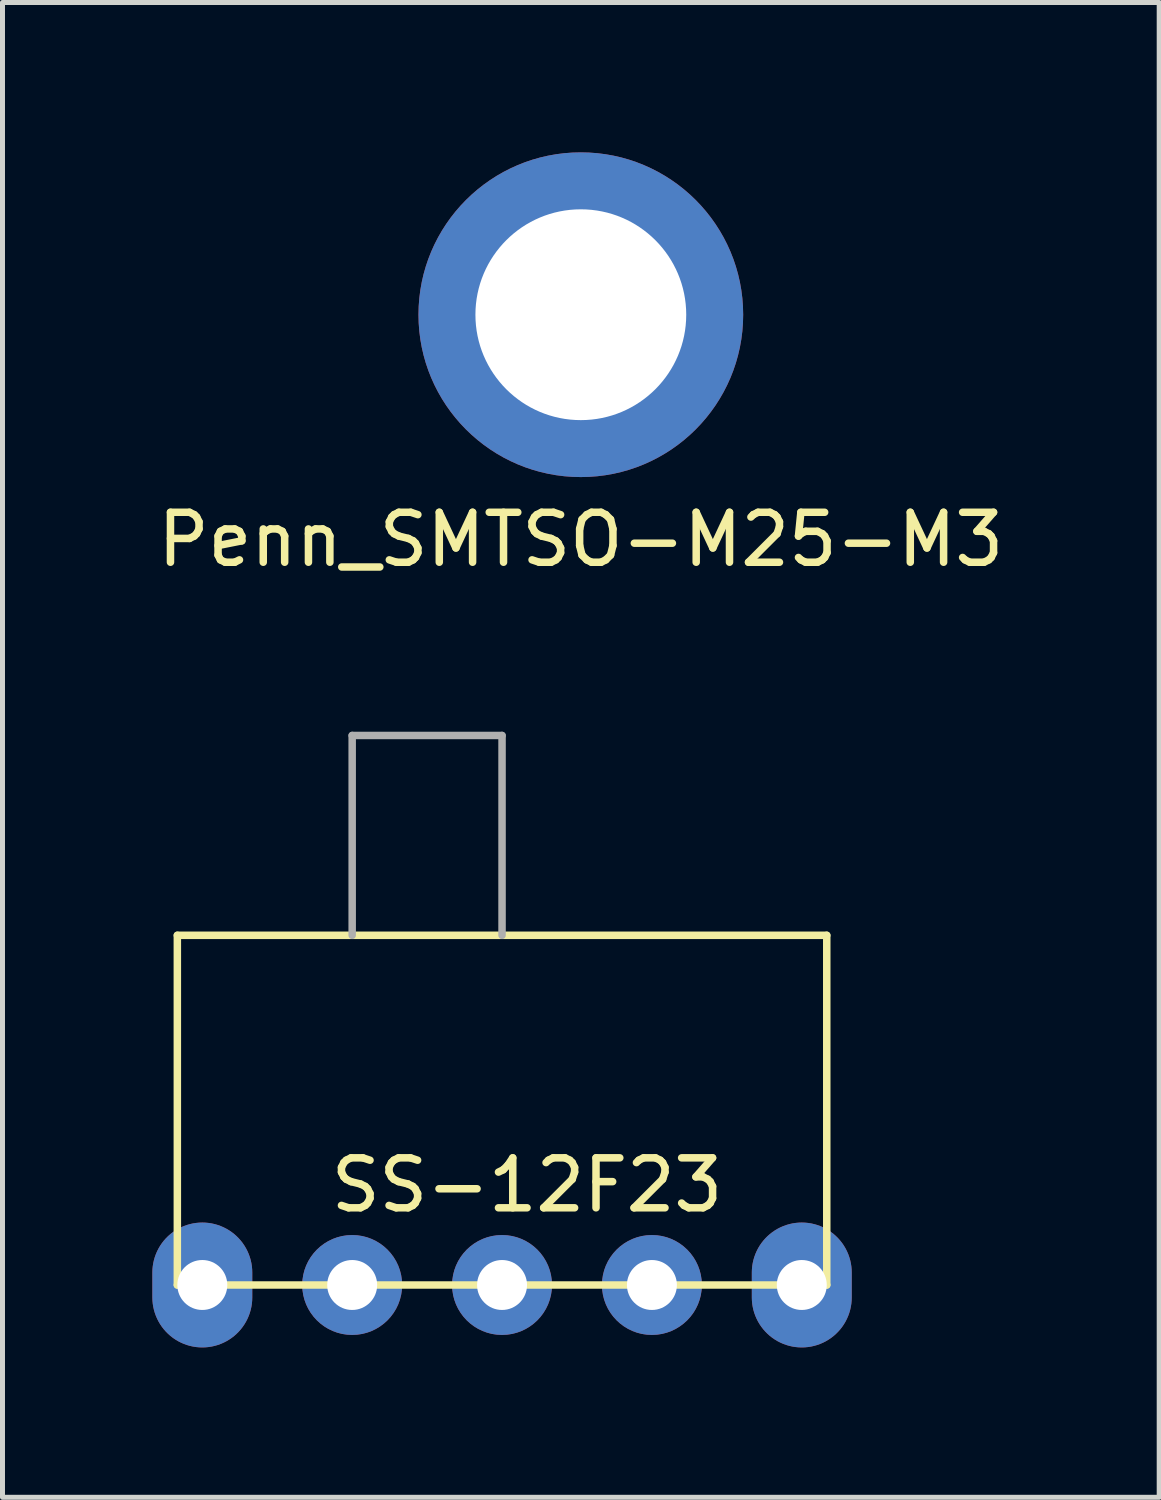
<source format=kicad_pcb>
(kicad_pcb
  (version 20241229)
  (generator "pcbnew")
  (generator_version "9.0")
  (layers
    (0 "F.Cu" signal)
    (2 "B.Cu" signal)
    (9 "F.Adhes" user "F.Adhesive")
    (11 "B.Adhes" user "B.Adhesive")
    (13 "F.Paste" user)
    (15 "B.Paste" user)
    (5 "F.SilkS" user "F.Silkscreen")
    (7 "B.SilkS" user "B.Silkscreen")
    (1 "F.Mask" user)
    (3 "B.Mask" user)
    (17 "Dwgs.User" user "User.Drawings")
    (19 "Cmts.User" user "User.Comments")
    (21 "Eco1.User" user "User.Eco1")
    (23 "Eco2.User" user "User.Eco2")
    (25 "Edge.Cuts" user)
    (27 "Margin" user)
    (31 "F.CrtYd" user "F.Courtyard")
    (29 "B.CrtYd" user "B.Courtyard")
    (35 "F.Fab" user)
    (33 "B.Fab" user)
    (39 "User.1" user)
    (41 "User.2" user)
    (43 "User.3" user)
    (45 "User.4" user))
  (footprint "Penn_SMTSO-M25-M3"
    (layer "F.Cu")
    (at 8.577 3.25)
    (property "Reference" "Penn_SMTSO-M25-M3" (at 0 4.5 0) (layer "F.SilkS") (effects (font (size 1 1) (thickness 0.15))))
    (attr through_hole)
    (pad "" thru_hole circle (at 0 0) (size 6.5 6.5) (drill 4.22) (layers "*.Cu" "*.Mask")))
  (footprint "SS-12F23"
    (layer "F.Cu")
    (at 7 22.673)
    (property "Reference" "SS-12F23" (at 0.5 -2 0) (layer "F.SilkS") (effects (font (size 1 1) (thickness 0.15))))
    (attr through_hole)
    (fp_line (start -6.5 -7) (end -6.5 0) (stroke (width 0.15) (type solid)) (layer "F.SilkS"))
    (fp_line (start -6.5 0) (end 0 0) (stroke (width 0.15) (type solid)) (layer "F.SilkS"))
    (fp_line (start 0 0) (end 6.5 0) (stroke (width 0.15) (type solid)) (layer "F.SilkS"))
    (fp_line (start 6.5 -7) (end -6.5 -7) (stroke (width 0.15) (type solid)) (layer "F.SilkS"))
    (fp_line (start 6.5 0) (end 6.5 -7) (stroke (width 0.15) (type solid)) (layer "F.SilkS"))
    (fp_line (start -3 -11) (end -3 -7) (stroke (width 0.15) (type solid)) (layer "F.Fab"))
    (fp_line (start 0 -11) (end -3 -11) (stroke (width 0.15) (type solid)) (layer "F.Fab"))
    (fp_line (start 0 -7) (end 0 -11) (stroke (width 0.15) (type solid)) (layer "F.Fab"))
    (pad "" thru_hole oval (at -6 0) (size 2 2.5) (drill 1) (layers "*.Cu" "*.Mask"))
    (pad "" thru_hole oval (at 6 0) (size 2 2.5) (drill 1) (layers "*.Cu" "*.Mask"))
    (pad "1" thru_hole circle (at 3 0) (size 2 2) (drill 1) (layers "*.Cu" "*.Mask"))
    (pad "2" thru_hole circle (at 0 0) (size 2 2) (drill 1) (layers "*.Cu" "*.Mask"))
    (pad "3" thru_hole circle (at -3 0) (size 2 2) (drill 1) (layers "*.Cu" "*.Mask")))
  (gr_rect
    (start -3 -3)
    (end 20.155 26.923)
    (stroke (width 0.1) (type default))
    (fill no)
    (layer "Edge.Cuts")))
</source>
